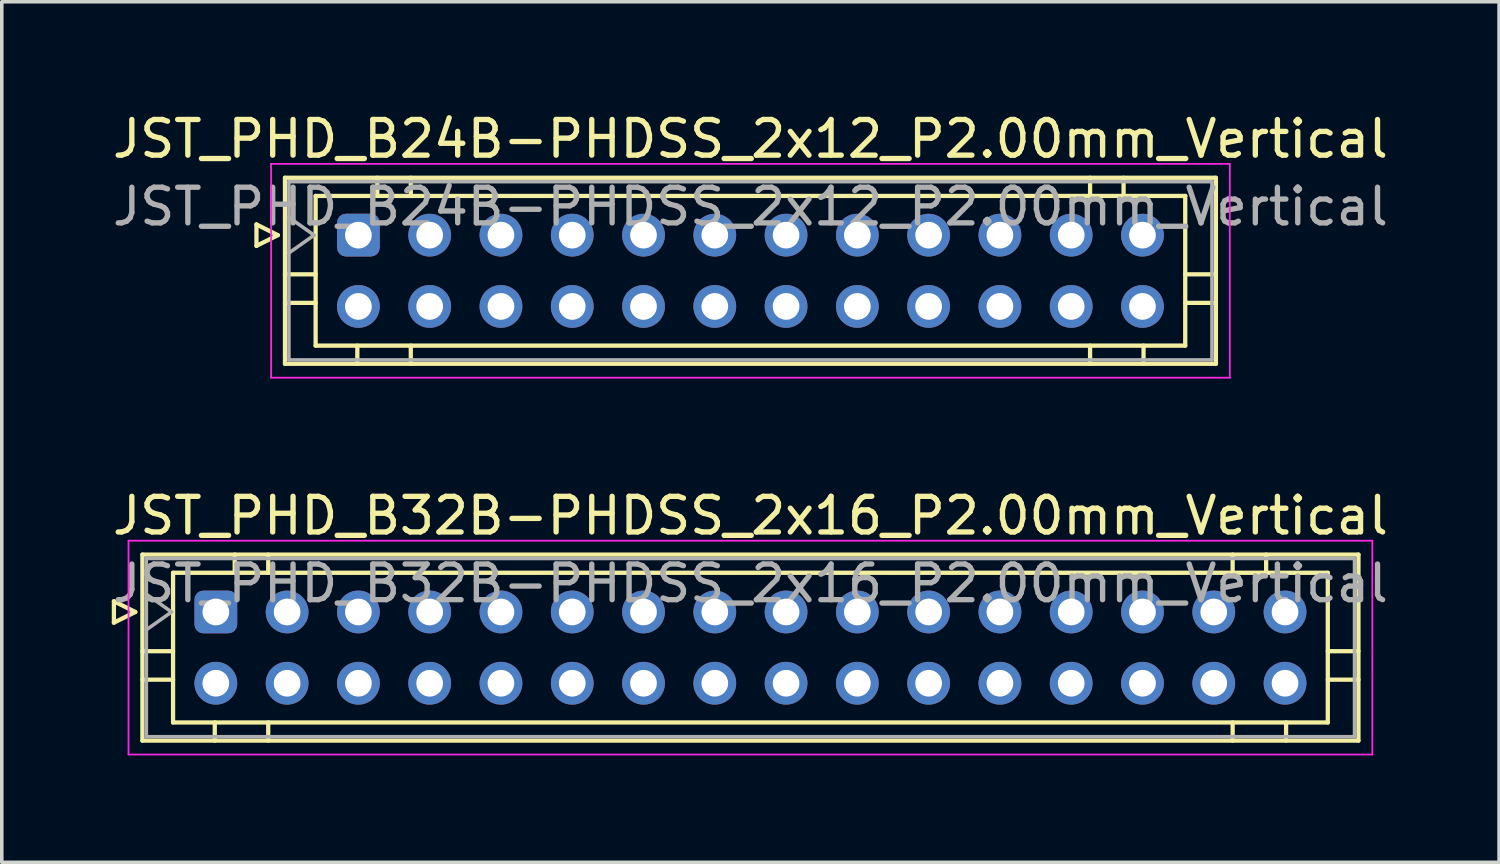
<source format=kicad_pcb>
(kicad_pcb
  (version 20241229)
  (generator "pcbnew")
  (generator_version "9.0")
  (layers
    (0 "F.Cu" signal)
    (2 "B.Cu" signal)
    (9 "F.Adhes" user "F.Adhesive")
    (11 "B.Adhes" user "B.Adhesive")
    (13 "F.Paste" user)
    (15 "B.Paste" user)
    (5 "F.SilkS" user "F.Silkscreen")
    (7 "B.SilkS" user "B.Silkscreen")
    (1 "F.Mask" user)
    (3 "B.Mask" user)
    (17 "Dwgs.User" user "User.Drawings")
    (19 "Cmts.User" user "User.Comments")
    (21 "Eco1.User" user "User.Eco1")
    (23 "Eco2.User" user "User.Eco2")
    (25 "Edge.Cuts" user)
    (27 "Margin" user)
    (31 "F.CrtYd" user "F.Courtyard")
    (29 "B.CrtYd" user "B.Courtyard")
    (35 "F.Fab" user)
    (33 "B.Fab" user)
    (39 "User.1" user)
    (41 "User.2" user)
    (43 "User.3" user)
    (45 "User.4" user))
  (footprint "JST_PHD_B32B-PHDSS_2x16_P2.00mm_Vertical"
    (layer "F.Cu")
    (at 3.006 14.121)
    (property "Reference" "JST_PHD_B32B-PHDSS_2x16_P2.00mm_Vertical" (at 15 -2.7 0) (layer "F.SilkS") (effects (font (size 1 1) (thickness 0.15))))
    (attr through_hole)
    (fp_line (start -2.86 -0.3) (end -2.26 0) (stroke (width 0.12) (type solid)) (layer "F.SilkS"))
    (fp_line (start -2.86 0.3) (end -2.86 -0.3) (stroke (width 0.12) (type solid)) (layer "F.SilkS"))
    (fp_line (start -2.26 0) (end -2.86 0.3) (stroke (width 0.12) (type solid)) (layer "F.SilkS"))
    (fp_line (start -2.06 -1.61) (end -2.06 3.61) (stroke (width 0.12) (type solid)) (layer "F.SilkS"))
    (fp_line (start -2.06 1.1) (end -1.2 1.1) (stroke (width 0.12) (type solid)) (layer "F.SilkS"))
    (fp_line (start -2.06 1.9) (end -1.2 1.9) (stroke (width 0.12) (type solid)) (layer "F.SilkS"))
    (fp_line (start -2.06 3.61) (end 32.06 3.61) (stroke (width 0.12) (type solid)) (layer "F.SilkS"))
    (fp_line (start -1.2 -1.1) (end -1.2 3.1) (stroke (width 0.12) (type solid)) (layer "F.SilkS"))
    (fp_line (start -1.2 3.1) (end 31.2 3.1) (stroke (width 0.12) (type solid)) (layer "F.SilkS"))
    (fp_line (start -0.03 3.61) (end -0.03 3.1) (stroke (width 0.12) (type solid)) (layer "F.SilkS"))
    (fp_line (start 0.53 -1.61) (end 0.53 -1.1) (stroke (width 0.12) (type solid)) (layer "F.SilkS"))
    (fp_line (start 1.47 -1.61) (end 1.47 -1.1) (stroke (width 0.12) (type solid)) (layer "F.SilkS"))
    (fp_line (start 1.47 3.61) (end 1.47 3.1) (stroke (width 0.12) (type solid)) (layer "F.SilkS"))
    (fp_line (start 28.53 -1.61) (end 28.53 -1.1) (stroke (width 0.12) (type solid)) (layer "F.SilkS"))
    (fp_line (start 28.53 3.61) (end 28.53 3.1) (stroke (width 0.12) (type solid)) (layer "F.SilkS"))
    (fp_line (start 29.47 -1.61) (end 29.47 -1.1) (stroke (width 0.12) (type solid)) (layer "F.SilkS"))
    (fp_line (start 30.03 3.61) (end 30.03 3.1) (stroke (width 0.12) (type solid)) (layer "F.SilkS"))
    (fp_line (start 31.2 -1.1) (end -1.2 -1.1) (stroke (width 0.12) (type solid)) (layer "F.SilkS"))
    (fp_line (start 31.2 3.1) (end 31.2 -1.1) (stroke (width 0.12) (type solid)) (layer "F.SilkS"))
    (fp_line (start 32.06 -1.61) (end -2.06 -1.61) (stroke (width 0.12) (type solid)) (layer "F.SilkS"))
    (fp_line (start 32.06 1.1) (end 31.2 1.1) (stroke (width 0.12) (type solid)) (layer "F.SilkS"))
    (fp_line (start 32.06 1.9) (end 31.2 1.9) (stroke (width 0.12) (type solid)) (layer "F.SilkS"))
    (fp_line (start 32.06 3.61) (end 32.06 -1.61) (stroke (width 0.12) (type solid)) (layer "F.SilkS"))
    (fp_line (start -2.45 -2) (end -2.45 4) (stroke (width 0.05) (type solid)) (layer "F.CrtYd"))
    (fp_line (start -2.45 4) (end 32.45 4) (stroke (width 0.05) (type solid)) (layer "F.CrtYd"))
    (fp_line (start 32.45 -2) (end -2.45 -2) (stroke (width 0.05) (type solid)) (layer "F.CrtYd"))
    (fp_line (start 32.45 4) (end 32.45 -2) (stroke (width 0.05) (type solid)) (layer "F.CrtYd"))
    (fp_line (start -1.95 -1.5) (end -1.95 3.5) (stroke (width 0.1) (type solid)) (layer "F.Fab"))
    (fp_line (start -1.95 0.5) (end -1.243 0) (stroke (width 0.1) (type solid)) (layer "F.Fab"))
    (fp_line (start -1.95 3.5) (end 31.95 3.5) (stroke (width 0.1) (type solid)) (layer "F.Fab"))
    (fp_line (start -1.243 0) (end -1.95 -0.5) (stroke (width 0.1) (type solid)) (layer "F.Fab"))
    (fp_line (start 31.95 -1.5) (end -1.95 -1.5) (stroke (width 0.1) (type solid)) (layer "F.Fab"))
    (fp_line (start 31.95 3.5) (end 31.95 -1.5) (stroke (width 0.1) (type solid)) (layer "F.Fab"))
    (fp_text user "${REFERENCE}" (at 15 -0.8 0) (layer "F.Fab") (effects (font (size 1 1) (thickness 0.15))))
    (pad "1" thru_hole roundrect (at 0 0) (size 1.2 1.2) (drill 0.75) (layers "*.Cu" "*.Mask") (roundrect_rratio 0.208))
    (pad "2" thru_hole circle (at 0 2) (size 1.2 1.2) (drill 0.75) (layers "*.Cu" "*.Mask"))
    (pad "3" thru_hole circle (at 2 0) (size 1.2 1.2) (drill 0.75) (layers "*.Cu" "*.Mask"))
    (pad "4" thru_hole circle (at 2 2) (size 1.2 1.2) (drill 0.75) (layers "*.Cu" "*.Mask"))
    (pad "5" thru_hole circle (at 4 0) (size 1.2 1.2) (drill 0.75) (layers "*.Cu" "*.Mask"))
    (pad "6" thru_hole circle (at 4 2) (size 1.2 1.2) (drill 0.75) (layers "*.Cu" "*.Mask"))
    (pad "7" thru_hole circle (at 6 0) (size 1.2 1.2) (drill 0.75) (layers "*.Cu" "*.Mask"))
    (pad "8" thru_hole circle (at 6 2) (size 1.2 1.2) (drill 0.75) (layers "*.Cu" "*.Mask"))
    (pad "9" thru_hole circle (at 8 0) (size 1.2 1.2) (drill 0.75) (layers "*.Cu" "*.Mask"))
    (pad "10" thru_hole circle (at 8 2) (size 1.2 1.2) (drill 0.75) (layers "*.Cu" "*.Mask"))
    (pad "11" thru_hole circle (at 10 0) (size 1.2 1.2) (drill 0.75) (layers "*.Cu" "*.Mask"))
    (pad "12" thru_hole circle (at 10 2) (size 1.2 1.2) (drill 0.75) (layers "*.Cu" "*.Mask"))
    (pad "13" thru_hole circle (at 12 0) (size 1.2 1.2) (drill 0.75) (layers "*.Cu" "*.Mask"))
    (pad "14" thru_hole circle (at 12 2) (size 1.2 1.2) (drill 0.75) (layers "*.Cu" "*.Mask"))
    (pad "15" thru_hole circle (at 14 0) (size 1.2 1.2) (drill 0.75) (layers "*.Cu" "*.Mask"))
    (pad "16" thru_hole circle (at 14 2) (size 1.2 1.2) (drill 0.75) (layers "*.Cu" "*.Mask"))
    (pad "17" thru_hole circle (at 16 0) (size 1.2 1.2) (drill 0.75) (layers "*.Cu" "*.Mask"))
    (pad "18" thru_hole circle (at 16 2) (size 1.2 1.2) (drill 0.75) (layers "*.Cu" "*.Mask"))
    (pad "19" thru_hole circle (at 18 0) (size 1.2 1.2) (drill 0.75) (layers "*.Cu" "*.Mask"))
    (pad "20" thru_hole circle (at 18 2) (size 1.2 1.2) (drill 0.75) (layers "*.Cu" "*.Mask"))
    (pad "21" thru_hole circle (at 20 0) (size 1.2 1.2) (drill 0.75) (layers "*.Cu" "*.Mask"))
    (pad "22" thru_hole circle (at 20 2) (size 1.2 1.2) (drill 0.75) (layers "*.Cu" "*.Mask"))
    (pad "23" thru_hole circle (at 22 0) (size 1.2 1.2) (drill 0.75) (layers "*.Cu" "*.Mask"))
    (pad "24" thru_hole circle (at 22 2) (size 1.2 1.2) (drill 0.75) (layers "*.Cu" "*.Mask"))
    (pad "25" thru_hole circle (at 24 0) (size 1.2 1.2) (drill 0.75) (layers "*.Cu" "*.Mask"))
    (pad "26" thru_hole circle (at 24 2) (size 1.2 1.2) (drill 0.75) (layers "*.Cu" "*.Mask"))
    (pad "27" thru_hole circle (at 26 0) (size 1.2 1.2) (drill 0.75) (layers "*.Cu" "*.Mask"))
    (pad "28" thru_hole circle (at 26 2) (size 1.2 1.2) (drill 0.75) (layers "*.Cu" "*.Mask"))
    (pad "29" thru_hole circle (at 28 0) (size 1.2 1.2) (drill 0.75) (layers "*.Cu" "*.Mask"))
    (pad "30" thru_hole circle (at 28 2) (size 1.2 1.2) (drill 0.75) (layers "*.Cu" "*.Mask"))
    (pad "31" thru_hole circle (at 30 0) (size 1.2 1.2) (drill 0.75) (layers "*.Cu" "*.Mask"))
    (pad "32" thru_hole circle (at 30 2) (size 1.2 1.2) (drill 0.75) (layers "*.Cu" "*.Mask")))
  (footprint "JST_PHD_B24B-PHDSS_2x12_P2.00mm_Vertical"
    (layer "F.Cu")
    (at 7.006 3.548)
    (property "Reference" "JST_PHD_B24B-PHDSS_2x12_P2.00mm_Vertical" (at 11 -2.7 0) (layer "F.SilkS") (effects (font (size 1 1) (thickness 0.15))))
    (attr through_hole)
    (fp_line (start -2.86 -0.3) (end -2.26 0) (stroke (width 0.12) (type solid)) (layer "F.SilkS"))
    (fp_line (start -2.86 0.3) (end -2.86 -0.3) (stroke (width 0.12) (type solid)) (layer "F.SilkS"))
    (fp_line (start -2.26 0) (end -2.86 0.3) (stroke (width 0.12) (type solid)) (layer "F.SilkS"))
    (fp_line (start -2.06 -1.61) (end -2.06 3.61) (stroke (width 0.12) (type solid)) (layer "F.SilkS"))
    (fp_line (start -2.06 1.1) (end -1.2 1.1) (stroke (width 0.12) (type solid)) (layer "F.SilkS"))
    (fp_line (start -2.06 1.9) (end -1.2 1.9) (stroke (width 0.12) (type solid)) (layer "F.SilkS"))
    (fp_line (start -2.06 3.61) (end 24.06 3.61) (stroke (width 0.12) (type solid)) (layer "F.SilkS"))
    (fp_line (start -1.2 -1.1) (end -1.2 3.1) (stroke (width 0.12) (type solid)) (layer "F.SilkS"))
    (fp_line (start -1.2 3.1) (end 23.2 3.1) (stroke (width 0.12) (type solid)) (layer "F.SilkS"))
    (fp_line (start -0.03 3.61) (end -0.03 3.1) (stroke (width 0.12) (type solid)) (layer "F.SilkS"))
    (fp_line (start 0.53 -1.61) (end 0.53 -1.1) (stroke (width 0.12) (type solid)) (layer "F.SilkS"))
    (fp_line (start 1.47 -1.61) (end 1.47 -1.1) (stroke (width 0.12) (type solid)) (layer "F.SilkS"))
    (fp_line (start 1.47 3.61) (end 1.47 3.1) (stroke (width 0.12) (type solid)) (layer "F.SilkS"))
    (fp_line (start 20.53 -1.61) (end 20.53 -1.1) (stroke (width 0.12) (type solid)) (layer "F.SilkS"))
    (fp_line (start 20.53 3.61) (end 20.53 3.1) (stroke (width 0.12) (type solid)) (layer "F.SilkS"))
    (fp_line (start 21.47 -1.61) (end 21.47 -1.1) (stroke (width 0.12) (type solid)) (layer "F.SilkS"))
    (fp_line (start 22.03 3.61) (end 22.03 3.1) (stroke (width 0.12) (type solid)) (layer "F.SilkS"))
    (fp_line (start 23.2 -1.1) (end -1.2 -1.1) (stroke (width 0.12) (type solid)) (layer "F.SilkS"))
    (fp_line (start 23.2 3.1) (end 23.2 -1.1) (stroke (width 0.12) (type solid)) (layer "F.SilkS"))
    (fp_line (start 24.06 -1.61) (end -2.06 -1.61) (stroke (width 0.12) (type solid)) (layer "F.SilkS"))
    (fp_line (start 24.06 1.1) (end 23.2 1.1) (stroke (width 0.12) (type solid)) (layer "F.SilkS"))
    (fp_line (start 24.06 1.9) (end 23.2 1.9) (stroke (width 0.12) (type solid)) (layer "F.SilkS"))
    (fp_line (start 24.06 3.61) (end 24.06 -1.61) (stroke (width 0.12) (type solid)) (layer "F.SilkS"))
    (fp_line (start -2.45 -2) (end -2.45 4) (stroke (width 0.05) (type solid)) (layer "F.CrtYd"))
    (fp_line (start -2.45 4) (end 24.45 4) (stroke (width 0.05) (type solid)) (layer "F.CrtYd"))
    (fp_line (start 24.45 -2) (end -2.45 -2) (stroke (width 0.05) (type solid)) (layer "F.CrtYd"))
    (fp_line (start 24.45 4) (end 24.45 -2) (stroke (width 0.05) (type solid)) (layer "F.CrtYd"))
    (fp_line (start -1.95 -1.5) (end -1.95 3.5) (stroke (width 0.1) (type solid)) (layer "F.Fab"))
    (fp_line (start -1.95 0.5) (end -1.243 0) (stroke (width 0.1) (type solid)) (layer "F.Fab"))
    (fp_line (start -1.95 3.5) (end 23.95 3.5) (stroke (width 0.1) (type solid)) (layer "F.Fab"))
    (fp_line (start -1.243 0) (end -1.95 -0.5) (stroke (width 0.1) (type solid)) (layer "F.Fab"))
    (fp_line (start 23.95 -1.5) (end -1.95 -1.5) (stroke (width 0.1) (type solid)) (layer "F.Fab"))
    (fp_line (start 23.95 3.5) (end 23.95 -1.5) (stroke (width 0.1) (type solid)) (layer "F.Fab"))
    (fp_text user "${REFERENCE}" (at 11 -0.8 0) (layer "F.Fab") (effects (font (size 1 1) (thickness 0.15))))
    (pad "1" thru_hole roundrect (at 0 0) (size 1.2 1.2) (drill 0.75) (layers "*.Cu" "*.Mask") (roundrect_rratio 0.208))
    (pad "2" thru_hole circle (at 0 2) (size 1.2 1.2) (drill 0.75) (layers "*.Cu" "*.Mask"))
    (pad "3" thru_hole circle (at 2 0) (size 1.2 1.2) (drill 0.75) (layers "*.Cu" "*.Mask"))
    (pad "4" thru_hole circle (at 2 2) (size 1.2 1.2) (drill 0.75) (layers "*.Cu" "*.Mask"))
    (pad "5" thru_hole circle (at 4 0) (size 1.2 1.2) (drill 0.75) (layers "*.Cu" "*.Mask"))
    (pad "6" thru_hole circle (at 4 2) (size 1.2 1.2) (drill 0.75) (layers "*.Cu" "*.Mask"))
    (pad "7" thru_hole circle (at 6 0) (size 1.2 1.2) (drill 0.75) (layers "*.Cu" "*.Mask"))
    (pad "8" thru_hole circle (at 6 2) (size 1.2 1.2) (drill 0.75) (layers "*.Cu" "*.Mask"))
    (pad "9" thru_hole circle (at 8 0) (size 1.2 1.2) (drill 0.75) (layers "*.Cu" "*.Mask"))
    (pad "10" thru_hole circle (at 8 2) (size 1.2 1.2) (drill 0.75) (layers "*.Cu" "*.Mask"))
    (pad "11" thru_hole circle (at 10 0) (size 1.2 1.2) (drill 0.75) (layers "*.Cu" "*.Mask"))
    (pad "12" thru_hole circle (at 10 2) (size 1.2 1.2) (drill 0.75) (layers "*.Cu" "*.Mask"))
    (pad "13" thru_hole circle (at 12 0) (size 1.2 1.2) (drill 0.75) (layers "*.Cu" "*.Mask"))
    (pad "14" thru_hole circle (at 12 2) (size 1.2 1.2) (drill 0.75) (layers "*.Cu" "*.Mask"))
    (pad "15" thru_hole circle (at 14 0) (size 1.2 1.2) (drill 0.75) (layers "*.Cu" "*.Mask"))
    (pad "16" thru_hole circle (at 14 2) (size 1.2 1.2) (drill 0.75) (layers "*.Cu" "*.Mask"))
    (pad "17" thru_hole circle (at 16 0) (size 1.2 1.2) (drill 0.75) (layers "*.Cu" "*.Mask"))
    (pad "18" thru_hole circle (at 16 2) (size 1.2 1.2) (drill 0.75) (layers "*.Cu" "*.Mask"))
    (pad "19" thru_hole circle (at 18 0) (size 1.2 1.2) (drill 0.75) (layers "*.Cu" "*.Mask"))
    (pad "20" thru_hole circle (at 18 2) (size 1.2 1.2) (drill 0.75) (layers "*.Cu" "*.Mask"))
    (pad "21" thru_hole circle (at 20 0) (size 1.2 1.2) (drill 0.75) (layers "*.Cu" "*.Mask"))
    (pad "22" thru_hole circle (at 20 2) (size 1.2 1.2) (drill 0.75) (layers "*.Cu" "*.Mask"))
    (pad "23" thru_hole circle (at 22 0) (size 1.2 1.2) (drill 0.75) (layers "*.Cu" "*.Mask"))
    (pad "24" thru_hole circle (at 22 2) (size 1.2 1.2) (drill 0.75) (layers "*.Cu" "*.Mask")))
  (gr_rect
    (start -3 -3)
    (end 39.012 21.146)
    (stroke (width 0.1) (type default))
    (fill no)
    (layer "Edge.Cuts")))
</source>
